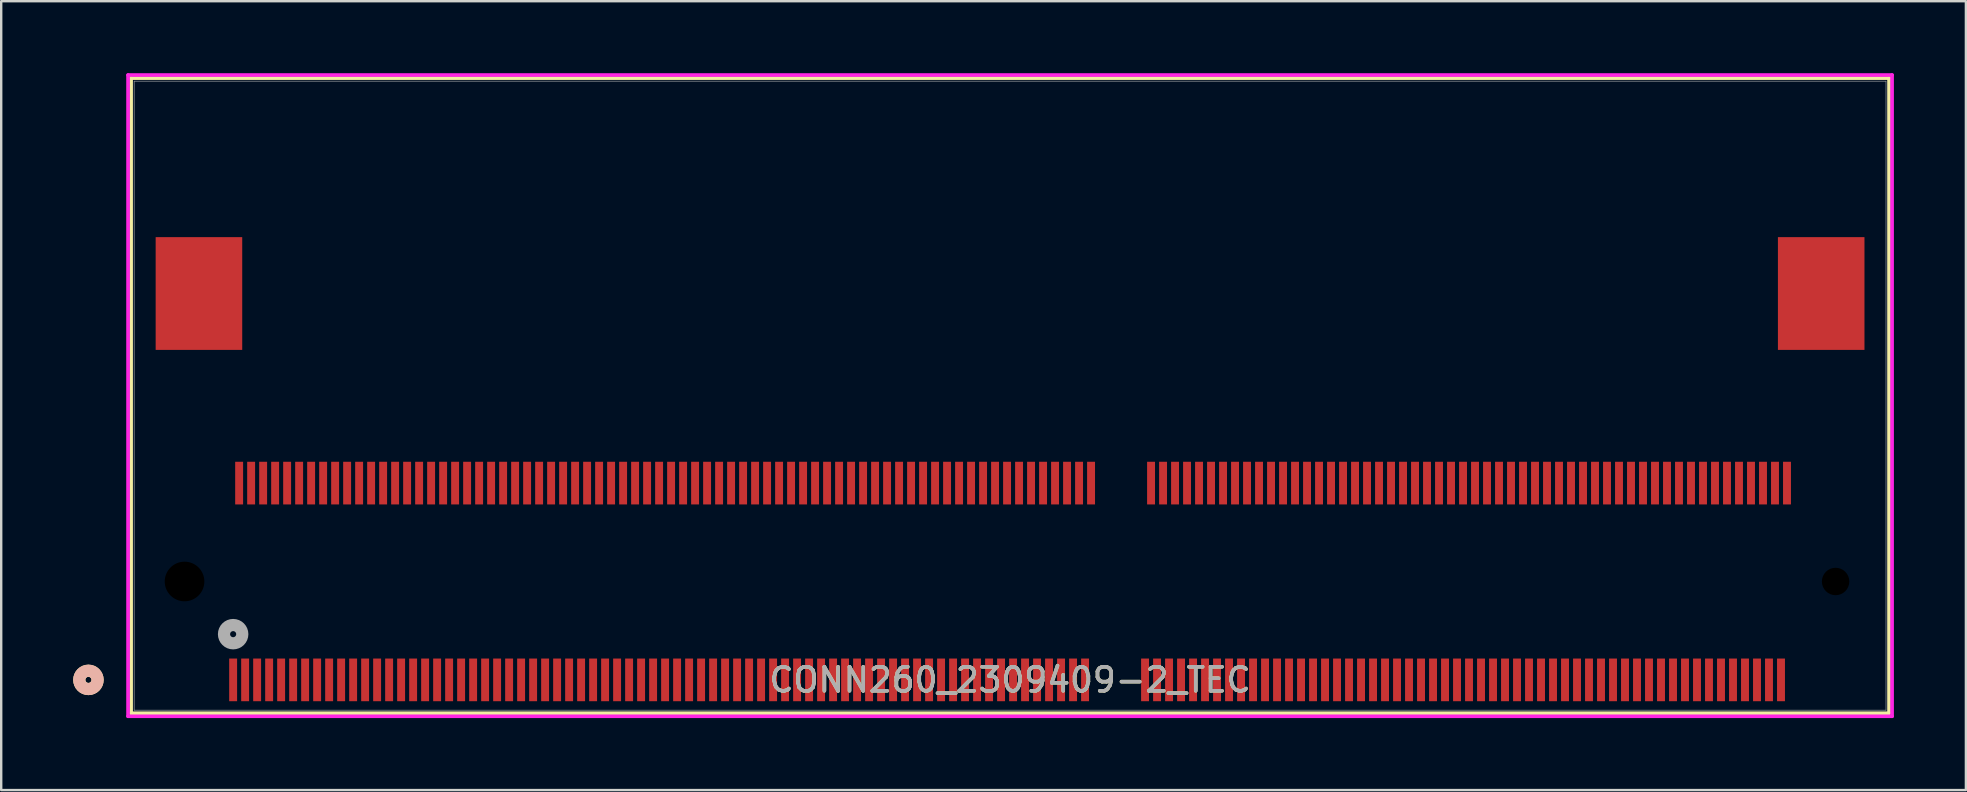
<source format=kicad_pcb>
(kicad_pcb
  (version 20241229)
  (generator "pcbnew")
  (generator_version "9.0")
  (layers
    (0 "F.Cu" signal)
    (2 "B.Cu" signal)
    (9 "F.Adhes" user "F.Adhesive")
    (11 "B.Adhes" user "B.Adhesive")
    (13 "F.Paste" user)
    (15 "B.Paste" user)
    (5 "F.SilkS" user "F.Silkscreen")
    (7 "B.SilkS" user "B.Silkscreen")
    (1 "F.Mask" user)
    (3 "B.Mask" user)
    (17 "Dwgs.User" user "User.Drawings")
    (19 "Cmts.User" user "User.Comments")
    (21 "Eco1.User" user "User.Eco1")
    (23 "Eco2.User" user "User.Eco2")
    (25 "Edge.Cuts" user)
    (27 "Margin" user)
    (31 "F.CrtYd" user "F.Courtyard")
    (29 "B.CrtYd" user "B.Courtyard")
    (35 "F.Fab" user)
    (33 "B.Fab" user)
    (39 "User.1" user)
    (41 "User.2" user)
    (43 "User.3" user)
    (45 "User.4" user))
  (footprint "CONN260_2309409-2_TEC"
    (layer "F.Cu")
    (at 39.04 13.437)
    (property "Reference" "CONN260_2309409-2_TEC" (at 0 11.844 0) (unlocked yes) (layer "F.SilkS") (effects (font (size 1 1) (thickness 0.15))))
    (attr smd)
    (fp_line (start -36.627 -13.233) (end -36.627 13.233) (stroke (width 0.152) (type solid)) (layer "F.SilkS"))
    (fp_line (start -36.627 13.233) (end 36.627 13.233) (stroke (width 0.152) (type solid)) (layer "F.SilkS"))
    (fp_line (start 36.627 -13.233) (end -36.627 -13.233) (stroke (width 0.152) (type solid)) (layer "F.SilkS"))
    (fp_line (start 36.627 13.233) (end 36.627 -13.233) (stroke (width 0.152) (type solid)) (layer "F.SilkS"))
    (fp_circle (center -38.405 11.844) (end -38.024 11.844) (stroke (width 0.508) (type solid)) (fill no) (layer "F.SilkS"))
    (fp_circle (center -38.405 11.844) (end -38.024 11.844) (stroke (width 0.508) (type solid)) (fill no) (layer "B.SilkS"))
    (fp_line (start -36.754 -13.36) (end -36.754 13.36) (stroke (width 0.152) (type solid)) (layer "F.CrtYd"))
    (fp_line (start -36.754 13.36) (end 36.754 13.36) (stroke (width 0.152) (type solid)) (layer "F.CrtYd"))
    (fp_line (start 36.754 -13.36) (end -36.754 -13.36) (stroke (width 0.152) (type solid)) (layer "F.CrtYd"))
    (fp_line (start 36.754 13.36) (end 36.754 -13.36) (stroke (width 0.152) (type solid)) (layer "F.CrtYd"))
    (fp_line (start -36.5 -13.106) (end -36.5 13.106) (stroke (width 0.025) (type solid)) (layer "F.Fab"))
    (fp_line (start -36.5 13.106) (end 36.5 13.106) (stroke (width 0.025) (type solid)) (layer "F.Fab"))
    (fp_line (start 36.5 -13.106) (end -36.5 -13.106) (stroke (width 0.025) (type solid)) (layer "F.Fab"))
    (fp_line (start 36.5 13.106) (end 36.5 -13.106) (stroke (width 0.025) (type solid)) (layer "F.Fab"))
    (fp_circle (center -32.375 9.939) (end -31.994 9.939) (stroke (width 0.508) (type solid)) (fill no) (layer "F.Fab"))
    (fp_text user "${REFERENCE}" (at 0 11.844 0) (unlocked yes) (layer "F.Fab") (effects (font (size 1 1) (thickness 0.15))))
    (pad "" np_thru_hole circle (at -34.4 7.744) (size 1.651 1.651) (drill 1.651) (layers))
    (pad "" np_thru_hole circle (at 34.4 7.744) (size 1.143 1.143) (drill 1.143) (layers))
    (pad "1" smd rect (at -32.375 11.844) (size 0.33 1.778) (layers "F.Cu" "F.Mask" "F.Paste"))
    (pad "2" smd rect (at -32.125 3.644) (size 0.33 1.778) (layers "F.Cu" "F.Mask" "F.Paste"))
    (pad "3" smd rect (at -31.875 11.844) (size 0.33 1.778) (layers "F.Cu" "F.Mask" "F.Paste"))
    (pad "4" smd rect (at -31.625 3.644) (size 0.33 1.778) (layers "F.Cu" "F.Mask" "F.Paste"))
    (pad "5" smd rect (at -31.375 11.844) (size 0.33 1.778) (layers "F.Cu" "F.Mask" "F.Paste"))
    (pad "6" smd rect (at -31.125 3.644) (size 0.33 1.778) (layers "F.Cu" "F.Mask" "F.Paste"))
    (pad "7" smd rect (at -30.875 11.844) (size 0.33 1.778) (layers "F.Cu" "F.Mask" "F.Paste"))
    (pad "8" smd rect (at -30.625 3.644) (size 0.33 1.778) (layers "F.Cu" "F.Mask" "F.Paste"))
    (pad "9" smd rect (at -30.375 11.844) (size 0.33 1.778) (layers "F.Cu" "F.Mask" "F.Paste"))
    (pad "10" smd rect (at -30.125 3.644) (size 0.33 1.778) (layers "F.Cu" "F.Mask" "F.Paste"))
    (pad "11" smd rect (at -29.875 11.844) (size 0.33 1.778) (layers "F.Cu" "F.Mask" "F.Paste"))
    (pad "12" smd rect (at -29.625 3.644) (size 0.33 1.778) (layers "F.Cu" "F.Mask" "F.Paste"))
    (pad "13" smd rect (at -29.375 11.844) (size 0.33 1.778) (layers "F.Cu" "F.Mask" "F.Paste"))
    (pad "14" smd rect (at -29.125 3.644) (size 0.33 1.778) (layers "F.Cu" "F.Mask" "F.Paste"))
    (pad "15" smd rect (at -28.875 11.844) (size 0.33 1.778) (layers "F.Cu" "F.Mask" "F.Paste"))
    (pad "16" smd rect (at -28.625 3.644) (size 0.33 1.778) (layers "F.Cu" "F.Mask" "F.Paste"))
    (pad "17" smd rect (at -28.375 11.844) (size 0.33 1.778) (layers "F.Cu" "F.Mask" "F.Paste"))
    (pad "18" smd rect (at -28.125 3.644) (size 0.33 1.778) (layers "F.Cu" "F.Mask" "F.Paste"))
    (pad "19" smd rect (at -27.875 11.844) (size 0.33 1.778) (layers "F.Cu" "F.Mask" "F.Paste"))
    (pad "20" smd rect (at -27.625 3.644) (size 0.33 1.778) (layers "F.Cu" "F.Mask" "F.Paste"))
    (pad "21" smd rect (at -27.375 11.844) (size 0.33 1.778) (layers "F.Cu" "F.Mask" "F.Paste"))
    (pad "22" smd rect (at -27.125 3.644) (size 0.33 1.778) (layers "F.Cu" "F.Mask" "F.Paste"))
    (pad "23" smd rect (at -26.875 11.844) (size 0.33 1.778) (layers "F.Cu" "F.Mask" "F.Paste"))
    (pad "24" smd rect (at -26.625 3.644) (size 0.33 1.778) (layers "F.Cu" "F.Mask" "F.Paste"))
    (pad "25" smd rect (at -26.375 11.844) (size 0.33 1.778) (layers "F.Cu" "F.Mask" "F.Paste"))
    (pad "26" smd rect (at -26.125 3.644) (size 0.33 1.778) (layers "F.Cu" "F.Mask" "F.Paste"))
    (pad "27" smd rect (at -25.875 11.844) (size 0.33 1.778) (layers "F.Cu" "F.Mask" "F.Paste"))
    (pad "28" smd rect (at -25.625 3.644) (size 0.33 1.778) (layers "F.Cu" "F.Mask" "F.Paste"))
    (pad "29" smd rect (at -25.375 11.844) (size 0.33 1.778) (layers "F.Cu" "F.Mask" "F.Paste"))
    (pad "30" smd rect (at -25.125 3.644) (size 0.33 1.778) (layers "F.Cu" "F.Mask" "F.Paste"))
    (pad "31" smd rect (at -24.875 11.844) (size 0.33 1.778) (layers "F.Cu" "F.Mask" "F.Paste"))
    (pad "32" smd rect (at -24.625 3.644) (size 0.33 1.778) (layers "F.Cu" "F.Mask" "F.Paste"))
    (pad "33" smd rect (at -24.375 11.844) (size 0.33 1.778) (layers "F.Cu" "F.Mask" "F.Paste"))
    (pad "34" smd rect (at -24.125 3.644) (size 0.33 1.778) (layers "F.Cu" "F.Mask" "F.Paste"))
    (pad "35" smd rect (at -23.875 11.844) (size 0.33 1.778) (layers "F.Cu" "F.Mask" "F.Paste"))
    (pad "36" smd rect (at -23.625 3.644) (size 0.33 1.778) (layers "F.Cu" "F.Mask" "F.Paste"))
    (pad "37" smd rect (at -23.375 11.844) (size 0.33 1.778) (layers "F.Cu" "F.Mask" "F.Paste"))
    (pad "38" smd rect (at -23.125 3.644) (size 0.33 1.778) (layers "F.Cu" "F.Mask" "F.Paste"))
    (pad "39" smd rect (at -22.875 11.844) (size 0.33 1.778) (layers "F.Cu" "F.Mask" "F.Paste"))
    (pad "40" smd rect (at -22.625 3.644) (size 0.33 1.778) (layers "F.Cu" "F.Mask" "F.Paste"))
    (pad "41" smd rect (at -22.375 11.844) (size 0.33 1.778) (layers "F.Cu" "F.Mask" "F.Paste"))
    (pad "42" smd rect (at -22.125 3.644) (size 0.33 1.778) (layers "F.Cu" "F.Mask" "F.Paste"))
    (pad "43" smd rect (at -21.875 11.844) (size 0.33 1.778) (layers "F.Cu" "F.Mask" "F.Paste"))
    (pad "44" smd rect (at -21.625 3.644) (size 0.33 1.778) (layers "F.Cu" "F.Mask" "F.Paste"))
    (pad "45" smd rect (at -21.375 11.844) (size 0.33 1.778) (layers "F.Cu" "F.Mask" "F.Paste"))
    (pad "46" smd rect (at -21.125 3.644) (size 0.33 1.778) (layers "F.Cu" "F.Mask" "F.Paste"))
    (pad "47" smd rect (at -20.875 11.844) (size 0.33 1.778) (layers "F.Cu" "F.Mask" "F.Paste"))
    (pad "48" smd rect (at -20.625 3.644) (size 0.33 1.778) (layers "F.Cu" "F.Mask" "F.Paste"))
    (pad "49" smd rect (at -20.375 11.844) (size 0.33 1.778) (layers "F.Cu" "F.Mask" "F.Paste"))
    (pad "50" smd rect (at -20.125 3.644) (size 0.33 1.778) (layers "F.Cu" "F.Mask" "F.Paste"))
    (pad "51" smd rect (at -19.875 11.844) (size 0.33 1.778) (layers "F.Cu" "F.Mask" "F.Paste"))
    (pad "52" smd rect (at -19.625 3.644) (size 0.33 1.778) (layers "F.Cu" "F.Mask" "F.Paste"))
    (pad "53" smd rect (at -19.375 11.844) (size 0.33 1.778) (layers "F.Cu" "F.Mask" "F.Paste"))
    (pad "54" smd rect (at -19.125 3.644) (size 0.33 1.778) (layers "F.Cu" "F.Mask" "F.Paste"))
    (pad "55" smd rect (at -18.875 11.844) (size 0.33 1.778) (layers "F.Cu" "F.Mask" "F.Paste"))
    (pad "56" smd rect (at -18.625 3.644) (size 0.33 1.778) (layers "F.Cu" "F.Mask" "F.Paste"))
    (pad "57" smd rect (at -18.375 11.844) (size 0.33 1.778) (layers "F.Cu" "F.Mask" "F.Paste"))
    (pad "58" smd rect (at -18.125 3.644) (size 0.33 1.778) (layers "F.Cu" "F.Mask" "F.Paste"))
    (pad "59" smd rect (at -17.875 11.844) (size 0.33 1.778) (layers "F.Cu" "F.Mask" "F.Paste"))
    (pad "60" smd rect (at -17.625 3.644) (size 0.33 1.778) (layers "F.Cu" "F.Mask" "F.Paste"))
    (pad "61" smd rect (at -17.375 11.844) (size 0.33 1.778) (layers "F.Cu" "F.Mask" "F.Paste"))
    (pad "62" smd rect (at -17.125 3.644) (size 0.33 1.778) (layers "F.Cu" "F.Mask" "F.Paste"))
    (pad "63" smd rect (at -16.875 11.844) (size 0.33 1.778) (layers "F.Cu" "F.Mask" "F.Paste"))
    (pad "64" smd rect (at -16.625 3.644) (size 0.33 1.778) (layers "F.Cu" "F.Mask" "F.Paste"))
    (pad "65" smd rect (at -16.375 11.844) (size 0.33 1.778) (layers "F.Cu" "F.Mask" "F.Paste"))
    (pad "66" smd rect (at -16.125 3.644) (size 0.33 1.778) (layers "F.Cu" "F.Mask" "F.Paste"))
    (pad "67" smd rect (at -15.875 11.844) (size 0.33 1.778) (layers "F.Cu" "F.Mask" "F.Paste"))
    (pad "68" smd rect (at -15.625 3.644) (size 0.33 1.778) (layers "F.Cu" "F.Mask" "F.Paste"))
    (pad "69" smd rect (at -15.375 11.844) (size 0.33 1.778) (layers "F.Cu" "F.Mask" "F.Paste"))
    (pad "70" smd rect (at -15.125 3.644) (size 0.33 1.778) (layers "F.Cu" "F.Mask" "F.Paste"))
    (pad "71" smd rect (at -14.875 11.844) (size 0.33 1.778) (layers "F.Cu" "F.Mask" "F.Paste"))
    (pad "72" smd rect (at -14.625 3.644) (size 0.33 1.778) (layers "F.Cu" "F.Mask" "F.Paste"))
    (pad "73" smd rect (at -14.375 11.844) (size 0.33 1.778) (layers "F.Cu" "F.Mask" "F.Paste"))
    (pad "74" smd rect (at -14.125 3.644) (size 0.33 1.778) (layers "F.Cu" "F.Mask" "F.Paste"))
    (pad "75" smd rect (at -13.875 11.844) (size 0.33 1.778) (layers "F.Cu" "F.Mask" "F.Paste"))
    (pad "76" smd rect (at -13.625 3.644) (size 0.33 1.778) (layers "F.Cu" "F.Mask" "F.Paste"))
    (pad "77" smd rect (at -13.375 11.844) (size 0.33 1.778) (layers "F.Cu" "F.Mask" "F.Paste"))
    (pad "78" smd rect (at -13.125 3.644) (size 0.33 1.778) (layers "F.Cu" "F.Mask" "F.Paste"))
    (pad "79" smd rect (at -12.875 11.844) (size 0.33 1.778) (layers "F.Cu" "F.Mask" "F.Paste"))
    (pad "80" smd rect (at -12.625 3.644) (size 0.33 1.778) (layers "F.Cu" "F.Mask" "F.Paste"))
    (pad "81" smd rect (at -12.375 11.844) (size 0.33 1.778) (layers "F.Cu" "F.Mask" "F.Paste"))
    (pad "82" smd rect (at -12.125 3.644) (size 0.33 1.778) (layers "F.Cu" "F.Mask" "F.Paste"))
    (pad "83" smd rect (at -11.875 11.844) (size 0.33 1.778) (layers "F.Cu" "F.Mask" "F.Paste"))
    (pad "84" smd rect (at -11.625 3.644) (size 0.33 1.778) (layers "F.Cu" "F.Mask" "F.Paste"))
    (pad "85" smd rect (at -11.375 11.844) (size 0.33 1.778) (layers "F.Cu" "F.Mask" "F.Paste"))
    (pad "86" smd rect (at -11.125 3.644) (size 0.33 1.778) (layers "F.Cu" "F.Mask" "F.Paste"))
    (pad "87" smd rect (at -10.875 11.844) (size 0.33 1.778) (layers "F.Cu" "F.Mask" "F.Paste"))
    (pad "88" smd rect (at -10.625 3.644) (size 0.33 1.778) (layers "F.Cu" "F.Mask" "F.Paste"))
    (pad "89" smd rect (at -10.375 11.844) (size 0.33 1.778) (layers "F.Cu" "F.Mask" "F.Paste"))
    (pad "90" smd rect (at -10.125 3.644) (size 0.33 1.778) (layers "F.Cu" "F.Mask" "F.Paste"))
    (pad "91" smd rect (at -9.875 11.844) (size 0.33 1.778) (layers "F.Cu" "F.Mask" "F.Paste"))
    (pad "92" smd rect (at -9.625 3.644) (size 0.33 1.778) (layers "F.Cu" "F.Mask" "F.Paste"))
    (pad "93" smd rect (at -9.375 11.844) (size 0.33 1.778) (layers "F.Cu" "F.Mask" "F.Paste"))
    (pad "94" smd rect (at -9.125 3.644) (size 0.33 1.778) (layers "F.Cu" "F.Mask" "F.Paste"))
    (pad "95" smd rect (at -8.875 11.844) (size 0.33 1.778) (layers "F.Cu" "F.Mask" "F.Paste"))
    (pad "96" smd rect (at -8.625 3.644) (size 0.33 1.778) (layers "F.Cu" "F.Mask" "F.Paste"))
    (pad "97" smd rect (at -8.375 11.844) (size 0.33 1.778) (layers "F.Cu" "F.Mask" "F.Paste"))
    (pad "98" smd rect (at -8.125 3.644) (size 0.33 1.778) (layers "F.Cu" "F.Mask" "F.Paste"))
    (pad "99" smd rect (at -7.875 11.844) (size 0.33 1.778) (layers "F.Cu" "F.Mask" "F.Paste"))
    (pad "100" smd rect (at -7.625 3.644) (size 0.33 1.778) (layers "F.Cu" "F.Mask" "F.Paste"))
    (pad "101" smd rect (at -7.375 11.844) (size 0.33 1.778) (layers "F.Cu" "F.Mask" "F.Paste"))
    (pad "102" smd rect (at -7.125 3.644) (size 0.33 1.778) (layers "F.Cu" "F.Mask" "F.Paste"))
    (pad "103" smd rect (at -6.875 11.844) (size 0.33 1.778) (layers "F.Cu" "F.Mask" "F.Paste"))
    (pad "104" smd rect (at -6.625 3.644) (size 0.33 1.778) (layers "F.Cu" "F.Mask" "F.Paste"))
    (pad "105" smd rect (at -6.375 11.844) (size 0.33 1.778) (layers "F.Cu" "F.Mask" "F.Paste"))
    (pad "106" smd rect (at -6.125 3.644) (size 0.33 1.778) (layers "F.Cu" "F.Mask" "F.Paste"))
    (pad "107" smd rect (at -5.875 11.844) (size 0.33 1.778) (layers "F.Cu" "F.Mask" "F.Paste"))
    (pad "108" smd rect (at -5.625 3.644) (size 0.33 1.778) (layers "F.Cu" "F.Mask" "F.Paste"))
    (pad "109" smd rect (at -5.375 11.844) (size 0.33 1.778) (layers "F.Cu" "F.Mask" "F.Paste"))
    (pad "110" smd rect (at -5.125 3.644) (size 0.33 1.778) (layers "F.Cu" "F.Mask" "F.Paste"))
    (pad "111" smd rect (at -4.875 11.844) (size 0.33 1.778) (layers "F.Cu" "F.Mask" "F.Paste"))
    (pad "112" smd rect (at -4.625 3.644) (size 0.33 1.778) (layers "F.Cu" "F.Mask" "F.Paste"))
    (pad "113" smd rect (at -4.375 11.844) (size 0.33 1.778) (layers "F.Cu" "F.Mask" "F.Paste"))
    (pad "114" smd rect (at -4.125 3.644) (size 0.33 1.778) (layers "F.Cu" "F.Mask" "F.Paste"))
    (pad "115" smd rect (at -3.875 11.844) (size 0.33 1.778) (layers "F.Cu" "F.Mask" "F.Paste"))
    (pad "116" smd rect (at -3.625 3.644) (size 0.33 1.778) (layers "F.Cu" "F.Mask" "F.Paste"))
    (pad "117" smd rect (at -3.375 11.844) (size 0.33 1.778) (layers "F.Cu" "F.Mask" "F.Paste"))
    (pad "118" smd rect (at -3.125 3.644) (size 0.33 1.778) (layers "F.Cu" "F.Mask" "F.Paste"))
    (pad "119" smd rect (at -2.875 11.844) (size 0.33 1.778) (layers "F.Cu" "F.Mask" "F.Paste"))
    (pad "120" smd rect (at -2.625 3.644) (size 0.33 1.778) (layers "F.Cu" "F.Mask" "F.Paste"))
    (pad "121" smd rect (at -2.375 11.844) (size 0.33 1.778) (layers "F.Cu" "F.Mask" "F.Paste"))
    (pad "122" smd rect (at -2.125 3.644) (size 0.33 1.778) (layers "F.Cu" "F.Mask" "F.Paste"))
    (pad "123" smd rect (at -1.875 11.844) (size 0.33 1.778) (layers "F.Cu" "F.Mask" "F.Paste"))
    (pad "124" smd rect (at -1.625 3.644) (size 0.33 1.778) (layers "F.Cu" "F.Mask" "F.Paste"))
    (pad "125" smd rect (at -1.375 11.844) (size 0.33 1.778) (layers "F.Cu" "F.Mask" "F.Paste"))
    (pad "126" smd rect (at -1.125 3.644) (size 0.33 1.778) (layers "F.Cu" "F.Mask" "F.Paste"))
    (pad "127" smd rect (at -0.875 11.844) (size 0.33 1.778) (layers "F.Cu" "F.Mask" "F.Paste"))
    (pad "128" smd rect (at -0.625 3.644) (size 0.33 1.778) (layers "F.Cu" "F.Mask" "F.Paste"))
    (pad "129" smd rect (at -0.375 11.844) (size 0.33 1.778) (layers "F.Cu" "F.Mask" "F.Paste"))
    (pad "130" smd rect (at -0.125 3.644) (size 0.33 1.778) (layers "F.Cu" "F.Mask" "F.Paste"))
    (pad "131" smd rect (at 0.125 11.844) (size 0.33 1.778) (layers "F.Cu" "F.Mask" "F.Paste"))
    (pad "132" smd rect (at 0.375 3.644) (size 0.33 1.778) (layers "F.Cu" "F.Mask" "F.Paste"))
    (pad "133" smd rect (at 0.625 11.844) (size 0.33 1.778) (layers "F.Cu" "F.Mask" "F.Paste"))
    (pad "134" smd rect (at 0.875 3.644) (size 0.33 1.778) (layers "F.Cu" "F.Mask" "F.Paste"))
    (pad "135" smd rect (at 1.125 11.844) (size 0.33 1.778) (layers "F.Cu" "F.Mask" "F.Paste"))
    (pad "136" smd rect (at 1.375 3.644) (size 0.33 1.778) (layers "F.Cu" "F.Mask" "F.Paste"))
    (pad "137" smd rect (at 1.625 11.844) (size 0.33 1.778) (layers "F.Cu" "F.Mask" "F.Paste"))
    (pad "138" smd rect (at 1.875 3.644) (size 0.33 1.778) (layers "F.Cu" "F.Mask" "F.Paste"))
    (pad "139" smd rect (at 2.125 11.844) (size 0.33 1.778) (layers "F.Cu" "F.Mask" "F.Paste"))
    (pad "140" smd rect (at 2.375 3.644) (size 0.33 1.778) (layers "F.Cu" "F.Mask" "F.Paste"))
    (pad "141" smd rect (at 2.625 11.844) (size 0.33 1.778) (layers "F.Cu" "F.Mask" "F.Paste"))
    (pad "142" smd rect (at 2.875 3.644) (size 0.33 1.778) (layers "F.Cu" "F.Mask" "F.Paste"))
    (pad "143" smd rect (at 3.125 11.844) (size 0.33 1.778) (layers "F.Cu" "F.Mask" "F.Paste"))
    (pad "144" smd rect (at 3.375 3.644) (size 0.33 1.778) (layers "F.Cu" "F.Mask" "F.Paste"))
    (pad "153" smd rect (at 5.625 11.844) (size 0.33 1.778) (layers "F.Cu" "F.Mask" "F.Paste"))
    (pad "154" smd rect (at 5.875 3.644) (size 0.33 1.778) (layers "F.Cu" "F.Mask" "F.Paste"))
    (pad "155" smd rect (at 6.125 11.844) (size 0.33 1.778) (layers "F.Cu" "F.Mask" "F.Paste"))
    (pad "156" smd rect (at 6.375 3.644) (size 0.33 1.778) (layers "F.Cu" "F.Mask" "F.Paste"))
    (pad "157" smd rect (at 6.625 11.844) (size 0.33 1.778) (layers "F.Cu" "F.Mask" "F.Paste"))
    (pad "158" smd rect (at 6.875 3.644) (size 0.33 1.778) (layers "F.Cu" "F.Mask" "F.Paste"))
    (pad "159" smd rect (at 7.125 11.844) (size 0.33 1.778) (layers "F.Cu" "F.Mask" "F.Paste"))
    (pad "160" smd rect (at 7.375 3.644) (size 0.33 1.778) (layers "F.Cu" "F.Mask" "F.Paste"))
    (pad "161" smd rect (at 7.625 11.844) (size 0.33 1.778) (layers "F.Cu" "F.Mask" "F.Paste"))
    (pad "162" smd rect (at 7.875 3.644) (size 0.33 1.778) (layers "F.Cu" "F.Mask" "F.Paste"))
    (pad "163" smd rect (at 8.125 11.844) (size 0.33 1.778) (layers "F.Cu" "F.Mask" "F.Paste"))
    (pad "164" smd rect (at 8.375 3.644) (size 0.33 1.778) (layers "F.Cu" "F.Mask" "F.Paste"))
    (pad "165" smd rect (at 8.625 11.844) (size 0.33 1.778) (layers "F.Cu" "F.Mask" "F.Paste"))
    (pad "166" smd rect (at 8.875 3.644) (size 0.33 1.778) (layers "F.Cu" "F.Mask" "F.Paste"))
    (pad "167" smd rect (at 9.125 11.844) (size 0.33 1.778) (layers "F.Cu" "F.Mask" "F.Paste"))
    (pad "168" smd rect (at 9.375 3.644) (size 0.33 1.778) (layers "F.Cu" "F.Mask" "F.Paste"))
    (pad "169" smd rect (at 9.625 11.844) (size 0.33 1.778) (layers "F.Cu" "F.Mask" "F.Paste"))
    (pad "170" smd rect (at 9.875 3.644) (size 0.33 1.778) (layers "F.Cu" "F.Mask" "F.Paste"))
    (pad "171" smd rect (at 10.125 11.844) (size 0.33 1.778) (layers "F.Cu" "F.Mask" "F.Paste"))
    (pad "172" smd rect (at 10.375 3.644) (size 0.33 1.778) (layers "F.Cu" "F.Mask" "F.Paste"))
    (pad "173" smd rect (at 10.625 11.844) (size 0.33 1.778) (layers "F.Cu" "F.Mask" "F.Paste"))
    (pad "174" smd rect (at 10.875 3.644) (size 0.33 1.778) (layers "F.Cu" "F.Mask" "F.Paste"))
    (pad "175" smd rect (at 11.125 11.844) (size 0.33 1.778) (layers "F.Cu" "F.Mask" "F.Paste"))
    (pad "176" smd rect (at 11.375 3.644) (size 0.33 1.778) (layers "F.Cu" "F.Mask" "F.Paste"))
    (pad "177" smd rect (at 11.625 11.844) (size 0.33 1.778) (layers "F.Cu" "F.Mask" "F.Paste"))
    (pad "178" smd rect (at 11.875 3.644) (size 0.33 1.778) (layers "F.Cu" "F.Mask" "F.Paste"))
    (pad "179" smd rect (at 12.125 11.844) (size 0.33 1.778) (layers "F.Cu" "F.Mask" "F.Paste"))
    (pad "180" smd rect (at 12.375 3.644) (size 0.33 1.778) (layers "F.Cu" "F.Mask" "F.Paste"))
    (pad "181" smd rect (at 12.625 11.844) (size 0.33 1.778) (layers "F.Cu" "F.Mask" "F.Paste"))
    (pad "182" smd rect (at 12.875 3.644) (size 0.33 1.778) (layers "F.Cu" "F.Mask" "F.Paste"))
    (pad "183" smd rect (at 13.125 11.844) (size 0.33 1.778) (layers "F.Cu" "F.Mask" "F.Paste"))
    (pad "184" smd rect (at 13.375 3.644) (size 0.33 1.778) (layers "F.Cu" "F.Mask" "F.Paste"))
    (pad "185" smd rect (at 13.625 11.844) (size 0.33 1.778) (layers "F.Cu" "F.Mask" "F.Paste"))
    (pad "186" smd rect (at 13.875 3.644) (size 0.33 1.778) (layers "F.Cu" "F.Mask" "F.Paste"))
    (pad "187" smd rect (at 14.125 11.844) (size 0.33 1.778) (layers "F.Cu" "F.Mask" "F.Paste"))
    (pad "188" smd rect (at 14.375 3.644) (size 0.33 1.778) (layers "F.Cu" "F.Mask" "F.Paste"))
    (pad "189" smd rect (at 14.625 11.844) (size 0.33 1.778) (layers "F.Cu" "F.Mask" "F.Paste"))
    (pad "190" smd rect (at 14.875 3.644) (size 0.33 1.778) (layers "F.Cu" "F.Mask" "F.Paste"))
    (pad "191" smd rect (at 15.125 11.844) (size 0.33 1.778) (layers "F.Cu" "F.Mask" "F.Paste"))
    (pad "192" smd rect (at 15.375 3.644) (size 0.33 1.778) (layers "F.Cu" "F.Mask" "F.Paste"))
    (pad "193" smd rect (at 15.625 11.844) (size 0.33 1.778) (layers "F.Cu" "F.Mask" "F.Paste"))
    (pad "194" smd rect (at 15.875 3.644) (size 0.33 1.778) (layers "F.Cu" "F.Mask" "F.Paste"))
    (pad "195" smd rect (at 16.125 11.844) (size 0.33 1.778) (layers "F.Cu" "F.Mask" "F.Paste"))
    (pad "196" smd rect (at 16.375 3.644) (size 0.33 1.778) (layers "F.Cu" "F.Mask" "F.Paste"))
    (pad "197" smd rect (at 16.625 11.844) (size 0.33 1.778) (layers "F.Cu" "F.Mask" "F.Paste"))
    (pad "198" smd rect (at 16.875 3.644) (size 0.33 1.778) (layers "F.Cu" "F.Mask" "F.Paste"))
    (pad "199" smd rect (at 17.125 11.844) (size 0.33 1.778) (layers "F.Cu" "F.Mask" "F.Paste"))
    (pad "200" smd rect (at 17.375 3.644) (size 0.33 1.778) (layers "F.Cu" "F.Mask" "F.Paste"))
    (pad "201" smd rect (at 17.625 11.844) (size 0.33 1.778) (layers "F.Cu" "F.Mask" "F.Paste"))
    (pad "202" smd rect (at 17.875 3.644) (size 0.33 1.778) (layers "F.Cu" "F.Mask" "F.Paste"))
    (pad "203" smd rect (at 18.125 11.844) (size 0.33 1.778) (layers "F.Cu" "F.Mask" "F.Paste"))
    (pad "204" smd rect (at 18.375 3.644) (size 0.33 1.778) (layers "F.Cu" "F.Mask" "F.Paste"))
    (pad "205" smd rect (at 18.625 11.844) (size 0.33 1.778) (layers "F.Cu" "F.Mask" "F.Paste"))
    (pad "206" smd rect (at 18.875 3.644) (size 0.33 1.778) (layers "F.Cu" "F.Mask" "F.Paste"))
    (pad "207" smd rect (at 19.125 11.844) (size 0.33 1.778) (layers "F.Cu" "F.Mask" "F.Paste"))
    (pad "208" smd rect (at 19.375 3.644) (size 0.33 1.778) (layers "F.Cu" "F.Mask" "F.Paste"))
    (pad "209" smd rect (at 19.625 11.844) (size 0.33 1.778) (layers "F.Cu" "F.Mask" "F.Paste"))
    (pad "210" smd rect (at 19.875 3.644) (size 0.33 1.778) (layers "F.Cu" "F.Mask" "F.Paste"))
    (pad "211" smd rect (at 20.125 11.844) (size 0.33 1.778) (layers "F.Cu" "F.Mask" "F.Paste"))
    (pad "212" smd rect (at 20.375 3.644) (size 0.33 1.778) (layers "F.Cu" "F.Mask" "F.Paste"))
    (pad "213" smd rect (at 20.625 11.844) (size 0.33 1.778) (layers "F.Cu" "F.Mask" "F.Paste"))
    (pad "214" smd rect (at 20.875 3.644) (size 0.33 1.778) (layers "F.Cu" "F.Mask" "F.Paste"))
    (pad "215" smd rect (at 21.125 11.844) (size 0.33 1.778) (layers "F.Cu" "F.Mask" "F.Paste"))
    (pad "216" smd rect (at 21.375 3.644) (size 0.33 1.778) (layers "F.Cu" "F.Mask" "F.Paste"))
    (pad "217" smd rect (at 21.625 11.844) (size 0.33 1.778) (layers "F.Cu" "F.Mask" "F.Paste"))
    (pad "218" smd rect (at 21.875 3.644) (size 0.33 1.778) (layers "F.Cu" "F.Mask" "F.Paste"))
    (pad "219" smd rect (at 22.125 11.844) (size 0.33 1.778) (layers "F.Cu" "F.Mask" "F.Paste"))
    (pad "220" smd rect (at 22.375 3.644) (size 0.33 1.778) (layers "F.Cu" "F.Mask" "F.Paste"))
    (pad "221" smd rect (at 22.625 11.844) (size 0.33 1.778) (layers "F.Cu" "F.Mask" "F.Paste"))
    (pad "222" smd rect (at 22.875 3.644) (size 0.33 1.778) (layers "F.Cu" "F.Mask" "F.Paste"))
    (pad "223" smd rect (at 23.125 11.844) (size 0.33 1.778) (layers "F.Cu" "F.Mask" "F.Paste"))
    (pad "224" smd rect (at 23.375 3.644) (size 0.33 1.778) (layers "F.Cu" "F.Mask" "F.Paste"))
    (pad "225" smd rect (at 23.625 11.844) (size 0.33 1.778) (layers "F.Cu" "F.Mask" "F.Paste"))
    (pad "226" smd rect (at 23.875 3.644) (size 0.33 1.778) (layers "F.Cu" "F.Mask" "F.Paste"))
    (pad "227" smd rect (at 24.125 11.844) (size 0.33 1.778) (layers "F.Cu" "F.Mask" "F.Paste"))
    (pad "228" smd rect (at 24.375 3.644) (size 0.33 1.778) (layers "F.Cu" "F.Mask" "F.Paste"))
    (pad "229" smd rect (at 24.625 11.844) (size 0.33 1.778) (layers "F.Cu" "F.Mask" "F.Paste"))
    (pad "230" smd rect (at 24.875 3.644) (size 0.33 1.778) (layers "F.Cu" "F.Mask" "F.Paste"))
    (pad "231" smd rect (at 25.125 11.844) (size 0.33 1.778) (layers "F.Cu" "F.Mask" "F.Paste"))
    (pad "232" smd rect (at 25.375 3.644) (size 0.33 1.778) (layers "F.Cu" "F.Mask" "F.Paste"))
    (pad "233" smd rect (at 25.625 11.844) (size 0.33 1.778) (layers "F.Cu" "F.Mask" "F.Paste"))
    (pad "234" smd rect (at 25.875 3.644) (size 0.33 1.778) (layers "F.Cu" "F.Mask" "F.Paste"))
    (pad "235" smd rect (at 26.125 11.844) (size 0.33 1.778) (layers "F.Cu" "F.Mask" "F.Paste"))
    (pad "236" smd rect (at 26.375 3.644) (size 0.33 1.778) (layers "F.Cu" "F.Mask" "F.Paste"))
    (pad "237" smd rect (at 26.625 11.844) (size 0.33 1.778) (layers "F.Cu" "F.Mask" "F.Paste"))
    (pad "238" smd rect (at 26.875 3.644) (size 0.33 1.778) (layers "F.Cu" "F.Mask" "F.Paste"))
    (pad "239" smd rect (at 27.125 11.844) (size 0.33 1.778) (layers "F.Cu" "F.Mask" "F.Paste"))
    (pad "240" smd rect (at 27.375 3.644) (size 0.33 1.778) (layers "F.Cu" "F.Mask" "F.Paste"))
    (pad "241" smd rect (at 27.625 11.844) (size 0.33 1.778) (layers "F.Cu" "F.Mask" "F.Paste"))
    (pad "242" smd rect (at 27.875 3.644) (size 0.33 1.778) (layers "F.Cu" "F.Mask" "F.Paste"))
    (pad "243" smd rect (at 28.125 11.844) (size 0.33 1.778) (layers "F.Cu" "F.Mask" "F.Paste"))
    (pad "244" smd rect (at 28.375 3.644) (size 0.33 1.778) (layers "F.Cu" "F.Mask" "F.Paste"))
    (pad "245" smd rect (at 28.625 11.844) (size 0.33 1.778) (layers "F.Cu" "F.Mask" "F.Paste"))
    (pad "246" smd rect (at 28.875 3.644) (size 0.33 1.778) (layers "F.Cu" "F.Mask" "F.Paste"))
    (pad "247" smd rect (at 29.125 11.844) (size 0.33 1.778) (layers "F.Cu" "F.Mask" "F.Paste"))
    (pad "248" smd rect (at 29.375 3.644) (size 0.33 1.778) (layers "F.Cu" "F.Mask" "F.Paste"))
    (pad "249" smd rect (at 29.625 11.844) (size 0.33 1.778) (layers "F.Cu" "F.Mask" "F.Paste"))
    (pad "250" smd rect (at 29.875 3.644) (size 0.33 1.778) (layers "F.Cu" "F.Mask" "F.Paste"))
    (pad "251" smd rect (at 30.125 11.844) (size 0.33 1.778) (layers "F.Cu" "F.Mask" "F.Paste"))
    (pad "252" smd rect (at 30.375 3.644) (size 0.33 1.778) (layers "F.Cu" "F.Mask" "F.Paste"))
    (pad "253" smd rect (at 30.625 11.844) (size 0.33 1.778) (layers "F.Cu" "F.Mask" "F.Paste"))
    (pad "254" smd rect (at 30.875 3.644) (size 0.33 1.778) (layers "F.Cu" "F.Mask" "F.Paste"))
    (pad "255" smd rect (at 31.125 11.844) (size 0.33 1.778) (layers "F.Cu" "F.Mask" "F.Paste"))
    (pad "256" smd rect (at 31.375 3.644) (size 0.33 1.778) (layers "F.Cu" "F.Mask" "F.Paste"))
    (pad "257" smd rect (at 31.625 11.844) (size 0.33 1.778) (layers "F.Cu" "F.Mask" "F.Paste"))
    (pad "258" smd rect (at 31.875 3.644) (size 0.33 1.778) (layers "F.Cu" "F.Mask" "F.Paste"))
    (pad "259" smd rect (at 32.125 11.844) (size 0.33 1.778) (layers "F.Cu" "F.Mask" "F.Paste"))
    (pad "260" smd rect (at 32.375 3.644) (size 0.33 1.778) (layers "F.Cu" "F.Mask" "F.Paste"))
    (pad "261" smd rect (at -33.8 -4.256) (size 3.607 4.699) (layers "F.Cu" "F.Mask" "F.Paste"))
    (pad "262" smd rect (at 33.8 -4.256) (size 3.607 4.699) (layers "F.Cu" "F.Mask" "F.Paste")))
  (gr_rect
    (start -3 -3)
    (end 78.87 29.873)
    (stroke (width 0.1) (type default))
    (fill no)
    (layer "Edge.Cuts")))
</source>
